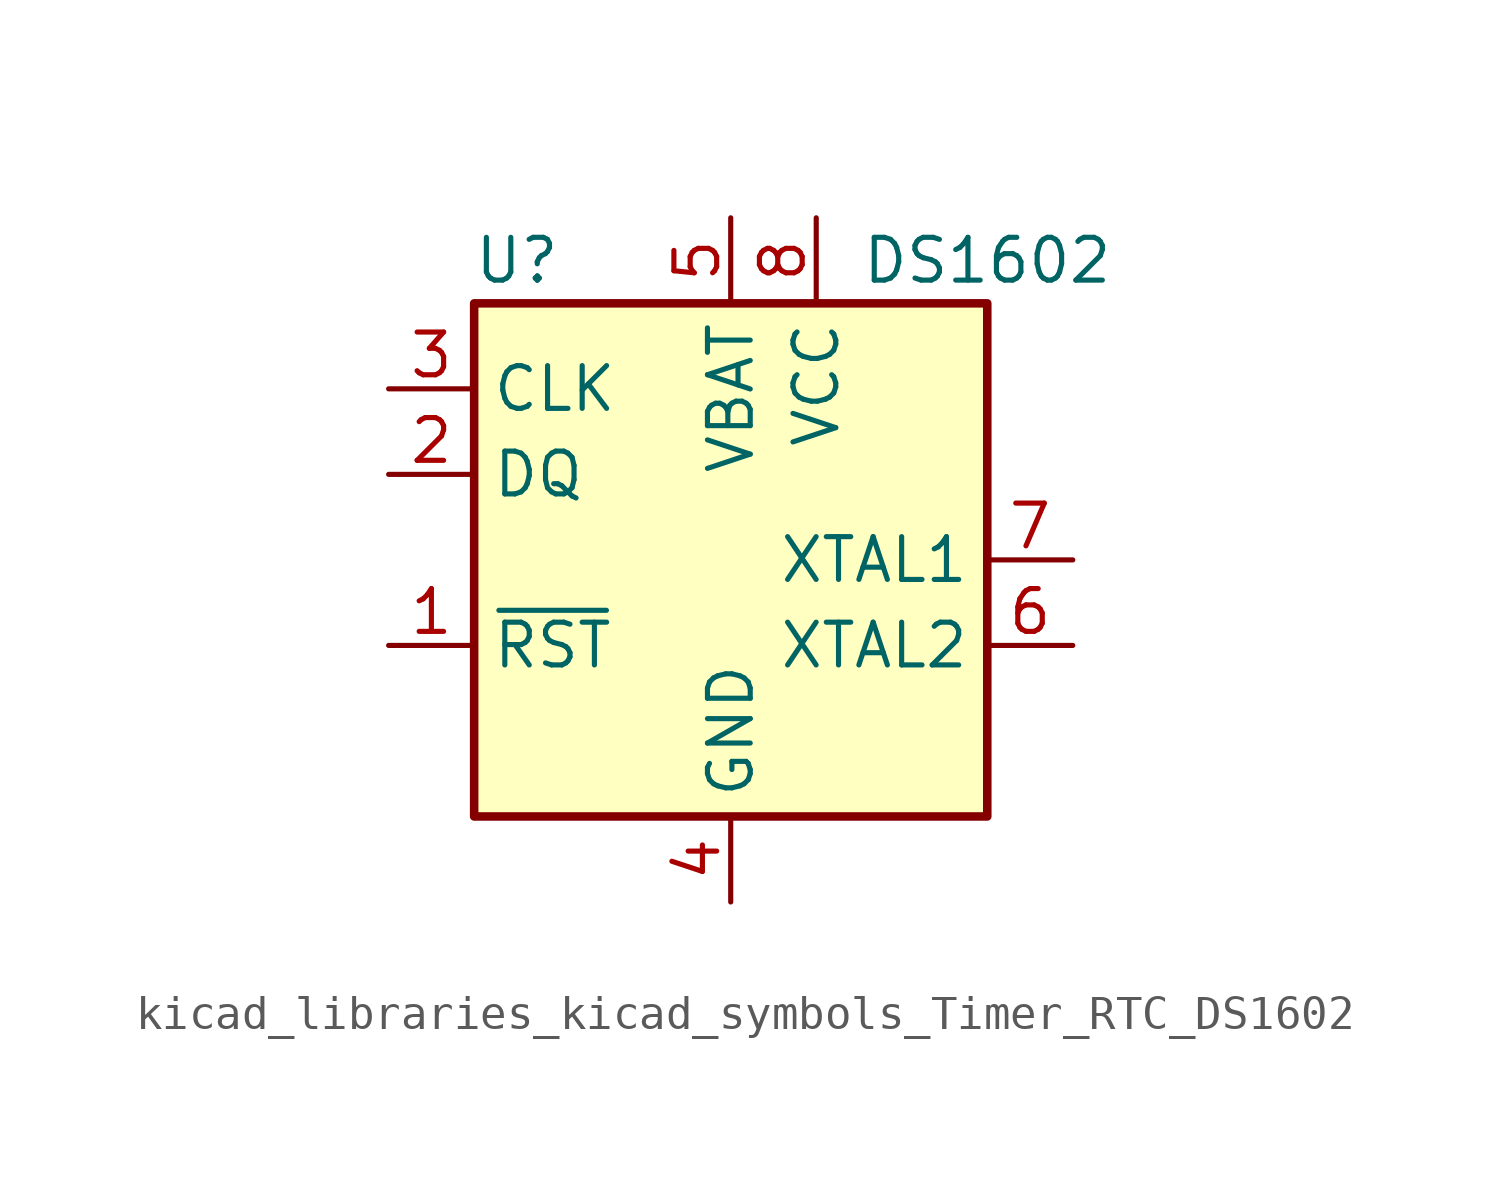
<source format=kicad_sym>
(kicad_symbol_lib
  (version 20220914)
  (generator kicad_symbol_editor)
  (symbol "kicad_libraries_kicad_symbols_Timer_RTC_DS1602"
    (property "Reference" "U"
      (at -6.35 8.89 0)
      (effects (font (size 1.27 1.27))))
    (property "Value" "DS1602"
      (at 7.62 8.89 0)
      (effects (font (size 1.27 1.27))))
    (symbol "kicad_libraries_kicad_symbols_Timer_RTC_DS1602_0_1"
      (rectangle (start -7.62 7.62) (end 7.62 -7.62) (stroke (width 0.254) (type default)) (fill (type background))))
    (symbol "kicad_libraries_kicad_symbols_Timer_RTC_DS1602_1_1"
      (pin input line (at -10.16 -2.54 0) (length 2.54) (name "~{RST}" (effects (font (size 1.27 1.27)))) (number "1" (effects (font (size 1.27 1.27)))))
      (pin bidirectional line (at -10.16 2.54 0) (length 2.54) (name "DQ" (effects (font (size 1.27 1.27)))) (number "2" (effects (font (size 1.27 1.27)))))
      (pin input line (at -10.16 5.08 0) (length 2.54) (name "CLK" (effects (font (size 1.27 1.27)))) (number "3" (effects (font (size 1.27 1.27)))))
      (pin power_in line (at 0 -10.16 90) (length 2.54) (name "GND" (effects (font (size 1.27 1.27)))) (number "4" (effects (font (size 1.27 1.27)))))
      (pin power_in line (at 0 10.16 270) (length 2.54) (name "VBAT" (effects (font (size 1.27 1.27)))) (number "5" (effects (font (size 1.27 1.27)))))
      (pin passive line (at 10.16 -2.54 180) (length 2.54) (name "XTAL2" (effects (font (size 1.27 1.27)))) (number "6" (effects (font (size 1.27 1.27)))))
      (pin passive line (at 10.16 0 180) (length 2.54) (name "XTAL1" (effects (font (size 1.27 1.27)))) (number "7" (effects (font (size 1.27 1.27)))))
      (pin power_in line (at 2.54 10.16 270) (length 2.54) (name "VCC" (effects (font (size 1.27 1.27)))) (number "8" (effects (font (size 1.27 1.27))))))))
</source>
